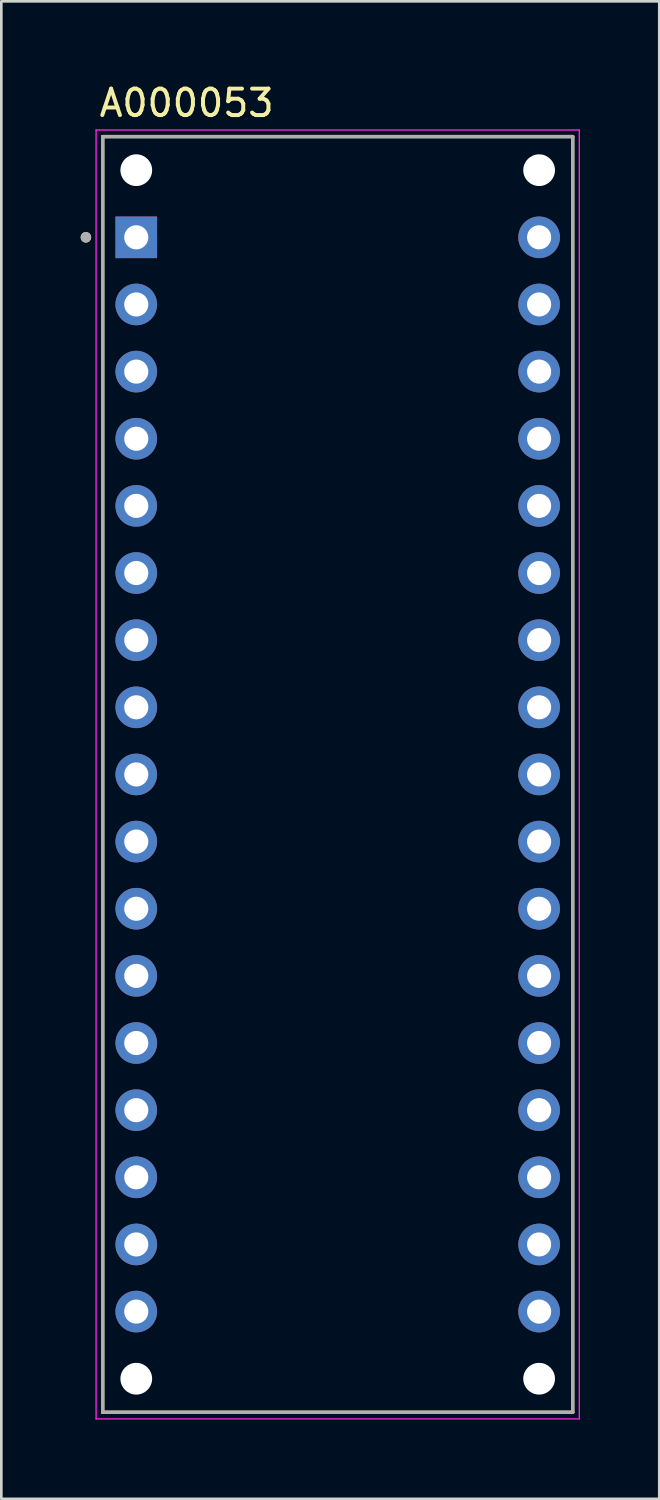
<source format=kicad_pcb>
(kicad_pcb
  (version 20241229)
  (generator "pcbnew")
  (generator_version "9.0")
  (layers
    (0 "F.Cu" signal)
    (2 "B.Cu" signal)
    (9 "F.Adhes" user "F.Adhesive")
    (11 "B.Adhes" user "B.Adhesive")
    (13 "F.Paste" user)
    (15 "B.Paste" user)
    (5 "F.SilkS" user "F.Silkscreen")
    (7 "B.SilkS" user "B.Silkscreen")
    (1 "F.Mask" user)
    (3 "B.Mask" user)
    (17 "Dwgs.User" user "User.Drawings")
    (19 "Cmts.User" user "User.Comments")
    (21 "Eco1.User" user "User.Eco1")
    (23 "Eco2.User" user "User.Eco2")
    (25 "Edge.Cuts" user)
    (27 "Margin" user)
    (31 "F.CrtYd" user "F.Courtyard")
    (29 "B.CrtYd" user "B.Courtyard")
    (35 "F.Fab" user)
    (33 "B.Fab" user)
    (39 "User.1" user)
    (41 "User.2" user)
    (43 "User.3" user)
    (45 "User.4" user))
  (footprint "A000053"
    (layer "F.Cu")
    (at 9.725 26.248)
    (property "Reference" "A000053" (at -5.715 -25.4 0) (layer "F.SilkS") (effects (font (size 1 1) (thickness 0.15))))
    (attr through_hole)
    (fp_line (start -8.89 -24.13) (end 8.89 -24.13) (stroke (width 0.127) (type solid)) (layer "F.SilkS"))
    (fp_line (start -8.89 24.13) (end -8.89 -24.13) (stroke (width 0.127) (type solid)) (layer "F.SilkS"))
    (fp_line (start -8.89 24.13) (end 8.89 24.13) (stroke (width 0.127) (type solid)) (layer "F.SilkS"))
    (fp_line (start 8.89 24.13) (end 8.89 -24.13) (stroke (width 0.127) (type solid)) (layer "F.SilkS"))
    (fp_circle (center -9.525 -20.32) (end -9.425 -20.32) (stroke (width 0.2) (type solid)) (fill no) (layer "F.SilkS"))
    (fp_line (start -9.14 -24.38) (end 9.14 -24.38) (stroke (width 0.05) (type solid)) (layer "F.CrtYd"))
    (fp_line (start -9.14 24.38) (end -9.14 -24.38) (stroke (width 0.05) (type solid)) (layer "F.CrtYd"))
    (fp_line (start -9.14 24.38) (end 9.14 24.38) (stroke (width 0.05) (type solid)) (layer "F.CrtYd"))
    (fp_line (start 9.14 24.38) (end 9.14 -24.38) (stroke (width 0.05) (type solid)) (layer "F.CrtYd"))
    (fp_line (start -8.89 -24.13) (end 8.89 -24.13) (stroke (width 0.127) (type solid)) (layer "F.Fab"))
    (fp_line (start -8.89 24.13) (end -8.89 -24.13) (stroke (width 0.127) (type solid)) (layer "F.Fab"))
    (fp_line (start -8.89 24.13) (end 8.89 24.13) (stroke (width 0.127) (type solid)) (layer "F.Fab"))
    (fp_line (start 8.89 24.13) (end 8.89 -24.13) (stroke (width 0.127) (type solid)) (layer "F.Fab"))
    (fp_circle (center -9.525 -20.32) (end -9.425 -20.32) (stroke (width 0.2) (type solid)) (fill no) (layer "F.Fab"))
    (pad "" np_thru_hole circle (at -7.62 -22.86) (size 1.2 1.2) (drill 1.2) (layers "*.Cu" "*.Mask"))
    (pad "" np_thru_hole circle (at -7.62 22.86) (size 1.2 1.2) (drill 1.2) (layers "*.Cu" "*.Mask"))
    (pad "" np_thru_hole circle (at 7.62 -22.86) (size 1.2 1.2) (drill 1.2) (layers "*.Cu" "*.Mask"))
    (pad "" np_thru_hole circle (at 7.62 22.86) (size 1.2 1.2) (drill 1.2) (layers "*.Cu" "*.Mask"))
    (pad "1" thru_hole rect (at -7.62 -20.32) (size 1.575 1.575) (drill 0.914) (layers "*.Cu" "*.Mask"))
    (pad "2" thru_hole circle (at -7.62 -17.78) (size 1.575 1.575) (drill 0.914) (layers "*.Cu" "*.Mask"))
    (pad "3" thru_hole circle (at -7.62 -15.24) (size 1.575 1.575) (drill 0.914) (layers "*.Cu" "*.Mask"))
    (pad "4" thru_hole circle (at -7.62 -12.7) (size 1.575 1.575) (drill 0.914) (layers "*.Cu" "*.Mask"))
    (pad "5" thru_hole circle (at -7.62 -10.16) (size 1.575 1.575) (drill 0.914) (layers "*.Cu" "*.Mask"))
    (pad "6" thru_hole circle (at -7.62 -7.62) (size 1.575 1.575) (drill 0.914) (layers "*.Cu" "*.Mask"))
    (pad "7" thru_hole circle (at -7.62 -5.08) (size 1.575 1.575) (drill 0.914) (layers "*.Cu" "*.Mask"))
    (pad "8" thru_hole circle (at -7.62 -2.54) (size 1.575 1.575) (drill 0.914) (layers "*.Cu" "*.Mask"))
    (pad "9" thru_hole circle (at -7.62 0) (size 1.575 1.575) (drill 0.914) (layers "*.Cu" "*.Mask"))
    (pad "10" thru_hole circle (at -7.62 2.54) (size 1.575 1.575) (drill 0.914) (layers "*.Cu" "*.Mask"))
    (pad "11" thru_hole circle (at -7.62 5.08) (size 1.575 1.575) (drill 0.914) (layers "*.Cu" "*.Mask"))
    (pad "12" thru_hole circle (at -7.62 7.62) (size 1.575 1.575) (drill 0.914) (layers "*.Cu" "*.Mask"))
    (pad "13" thru_hole circle (at -7.62 10.16) (size 1.575 1.575) (drill 0.914) (layers "*.Cu" "*.Mask"))
    (pad "14" thru_hole circle (at -7.62 12.7) (size 1.575 1.575) (drill 0.914) (layers "*.Cu" "*.Mask"))
    (pad "15" thru_hole circle (at -7.62 15.24) (size 1.575 1.575) (drill 0.914) (layers "*.Cu" "*.Mask"))
    (pad "16" thru_hole circle (at -7.62 17.78) (size 1.575 1.575) (drill 0.914) (layers "*.Cu" "*.Mask"))
    (pad "17" thru_hole circle (at -7.62 20.32) (size 1.575 1.575) (drill 0.914) (layers "*.Cu" "*.Mask"))
    (pad "18" thru_hole circle (at 7.62 20.32) (size 1.575 1.575) (drill 0.914) (layers "*.Cu" "*.Mask"))
    (pad "19" thru_hole circle (at 7.62 17.78) (size 1.575 1.575) (drill 0.914) (layers "*.Cu" "*.Mask"))
    (pad "20" thru_hole circle (at 7.62 15.24) (size 1.575 1.575) (drill 0.914) (layers "*.Cu" "*.Mask"))
    (pad "21" thru_hole circle (at 7.62 12.7) (size 1.575 1.575) (drill 0.914) (layers "*.Cu" "*.Mask"))
    (pad "22" thru_hole circle (at 7.62 10.16) (size 1.575 1.575) (drill 0.914) (layers "*.Cu" "*.Mask"))
    (pad "23" thru_hole circle (at 7.62 7.62) (size 1.575 1.575) (drill 0.914) (layers "*.Cu" "*.Mask"))
    (pad "24" thru_hole circle (at 7.62 5.08) (size 1.575 1.575) (drill 0.914) (layers "*.Cu" "*.Mask"))
    (pad "25" thru_hole circle (at 7.62 2.54) (size 1.575 1.575) (drill 0.914) (layers "*.Cu" "*.Mask"))
    (pad "26" thru_hole circle (at 7.62 0) (size 1.575 1.575) (drill 0.914) (layers "*.Cu" "*.Mask"))
    (pad "27" thru_hole circle (at 7.62 -2.54) (size 1.575 1.575) (drill 0.914) (layers "*.Cu" "*.Mask"))
    (pad "28" thru_hole circle (at 7.62 -5.08) (size 1.575 1.575) (drill 0.914) (layers "*.Cu" "*.Mask"))
    (pad "29" thru_hole circle (at 7.62 -7.62) (size 1.575 1.575) (drill 0.914) (layers "*.Cu" "*.Mask"))
    (pad "30" thru_hole circle (at 7.62 -10.16) (size 1.575 1.575) (drill 0.914) (layers "*.Cu" "*.Mask"))
    (pad "31" thru_hole circle (at 7.62 -12.7) (size 1.575 1.575) (drill 0.914) (layers "*.Cu" "*.Mask"))
    (pad "32" thru_hole circle (at 7.62 -15.24) (size 1.575 1.575) (drill 0.914) (layers "*.Cu" "*.Mask"))
    (pad "33" thru_hole circle (at 7.62 -17.78) (size 1.575 1.575) (drill 0.914) (layers "*.Cu" "*.Mask"))
    (pad "34" thru_hole circle (at 7.62 -20.32) (size 1.575 1.575) (drill 0.914) (layers "*.Cu" "*.Mask")))
  (gr_rect
    (start -3 -3)
    (end 21.89 53.653)
    (stroke (width 0.1) (type default))
    (fill no)
    (layer "Edge.Cuts")))
</source>
